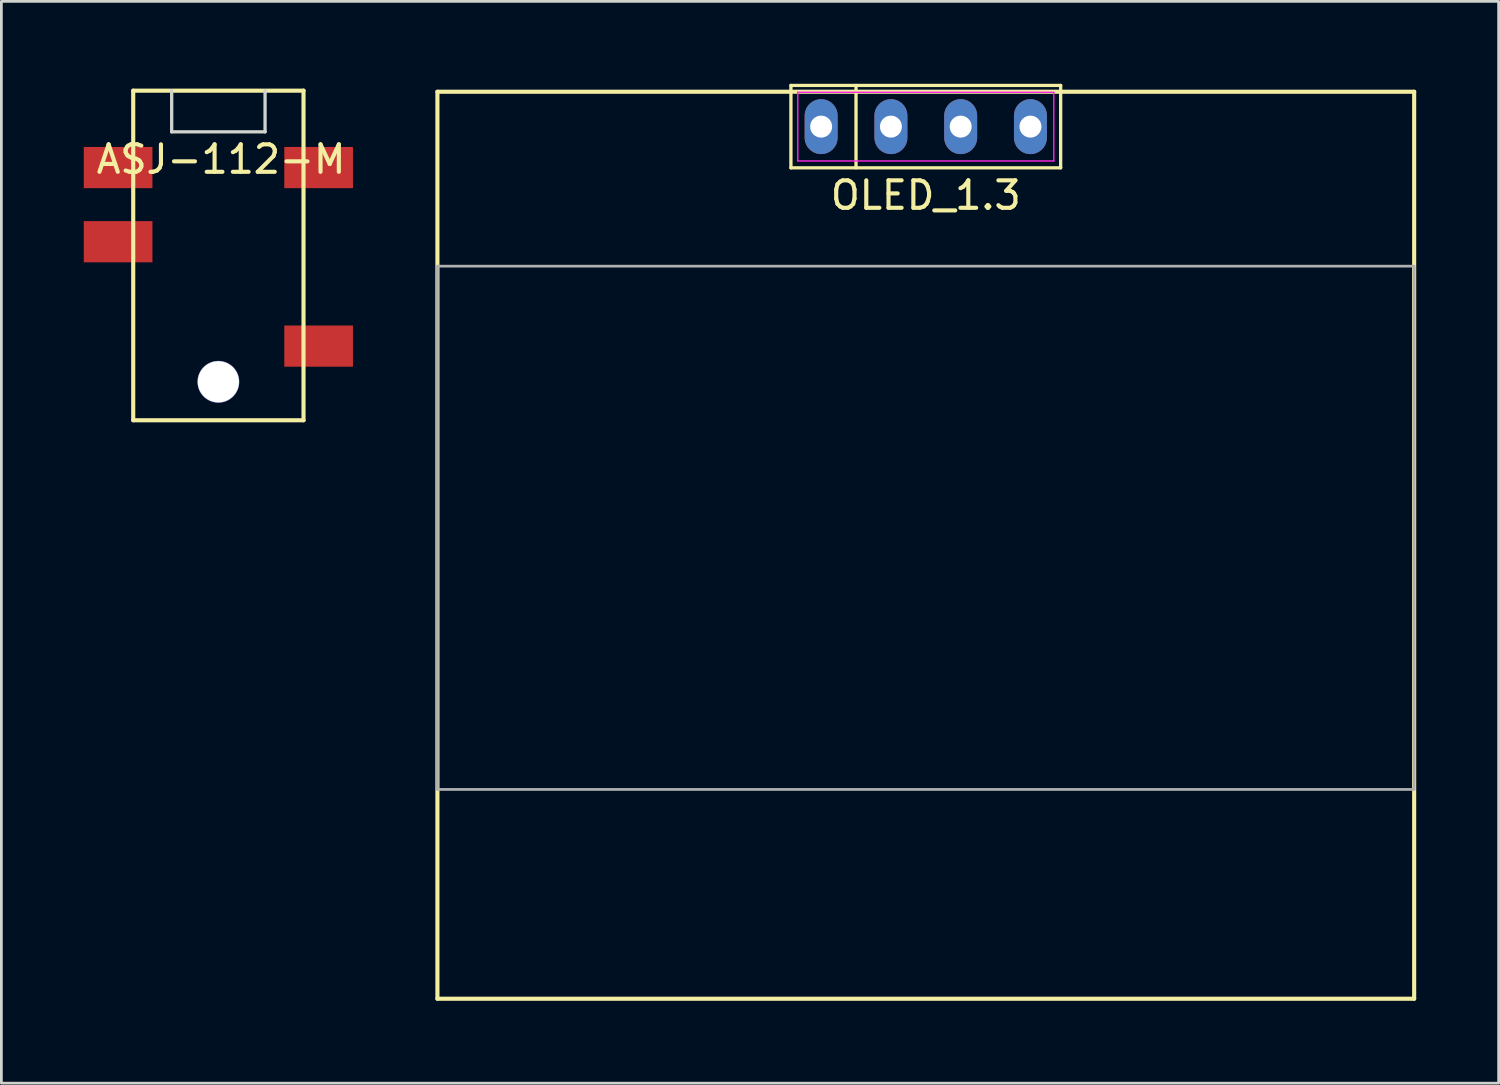
<source format=kicad_pcb>
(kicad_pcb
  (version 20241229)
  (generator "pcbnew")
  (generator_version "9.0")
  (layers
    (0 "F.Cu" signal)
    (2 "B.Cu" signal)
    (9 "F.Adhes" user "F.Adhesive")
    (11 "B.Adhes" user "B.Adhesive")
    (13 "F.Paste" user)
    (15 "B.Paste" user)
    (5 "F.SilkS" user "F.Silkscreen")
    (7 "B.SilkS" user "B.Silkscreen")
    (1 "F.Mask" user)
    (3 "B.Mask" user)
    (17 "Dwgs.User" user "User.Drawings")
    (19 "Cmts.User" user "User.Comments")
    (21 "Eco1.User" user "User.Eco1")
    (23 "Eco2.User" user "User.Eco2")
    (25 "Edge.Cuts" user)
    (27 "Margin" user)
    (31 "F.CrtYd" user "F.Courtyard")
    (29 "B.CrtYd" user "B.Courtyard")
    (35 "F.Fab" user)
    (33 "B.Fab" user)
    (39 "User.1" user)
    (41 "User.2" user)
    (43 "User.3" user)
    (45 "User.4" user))
  (footprint "ASJ-112-M"
    (layer "F.Cu")
    (at 4.9 0.25)
    (property "Reference" "ASJ-112-M" (at 0.1 2.5 0) (layer "F.SilkS") (effects (font (size 1 1) (thickness 0.15))))
    (attr through_hole)
    (fp_line (start -3.1 0) (end 3.1 0) (stroke (width 0.15) (type solid)) (layer "F.SilkS"))
    (fp_line (start -3.1 12) (end -3.1 0) (stroke (width 0.15) (type solid)) (layer "F.SilkS"))
    (fp_line (start 3.1 0) (end 3.1 12) (stroke (width 0.15) (type solid)) (layer "F.SilkS"))
    (fp_line (start 3.1 12) (end -3.1 12) (stroke (width 0.15) (type solid)) (layer "F.SilkS"))
    (fp_line (start 1.7 0) (end -1.7 0) (stroke (width 0.12) (type solid)) (layer "Eco1.User"))
    (fp_line (start -1.7 0) (end -1.7 1.5) (stroke (width 0.12) (type solid)) (layer "Edge.Cuts"))
    (fp_line (start -1.7 1.5) (end 1.7 1.5) (stroke (width 0.12) (type solid)) (layer "Edge.Cuts"))
    (fp_line (start 1.7 1.5) (end 1.7 0) (stroke (width 0.12) (type solid)) (layer "Edge.Cuts"))
    (pad "-1" thru_hole circle (at 0 10.6) (size 1.524 1.524) (drill 1.5) (layers "*.Cu" "*.Mask"))
    (pad "R1" smd rect (at 3.65 2.8) (size 2.5 1.5) (layers "F.Cu" "F.Mask" "F.Paste"))
    (pad "R2" smd rect (at -3.65 5.5) (size 2.5 1.5) (layers "F.Cu" "F.Mask" "F.Paste"))
    (pad "S" smd rect (at 3.65 9.3) (size 2.5 1.5) (layers "F.Cu" "F.Mask" "F.Paste"))
    (pad "T" smd rect (at -3.65 2.8) (size 2.5 1.5) (layers "F.Cu" "F.Mask" "F.Paste")))
  (footprint "OLED_1.3"
    (layer "F.Cu")
    (at 30.655 0.29)
    (property "Reference" "OLED_1.3" (at 0 3.77 0) (layer "F.SilkS") (effects (font (size 1 1) (thickness 0.15))))
    (attr through_hole)
    (fp_line (start -17.78 0) (end 17.78 0) (stroke (width 0.15) (type solid)) (layer "F.SilkS"))
    (fp_line (start -17.78 33.02) (end -17.78 0) (stroke (width 0.15) (type solid)) (layer "F.SilkS"))
    (fp_line (start -4.91 -0.23) (end 4.91 -0.23) (stroke (width 0.12) (type solid)) (layer "F.SilkS"))
    (fp_line (start -4.91 2.77) (end -4.91 -0.23) (stroke (width 0.12) (type solid)) (layer "F.SilkS"))
    (fp_line (start -2.54 -0.23) (end -2.54 2.77) (stroke (width 0.12) (type solid)) (layer "F.SilkS"))
    (fp_line (start 4.91 -0.23) (end 4.91 2.77) (stroke (width 0.12) (type solid)) (layer "F.SilkS"))
    (fp_line (start 4.91 2.77) (end -4.91 2.77) (stroke (width 0.12) (type solid)) (layer "F.SilkS"))
    (fp_line (start 17.78 0) (end 17.78 33.02) (stroke (width 0.15) (type solid)) (layer "F.SilkS"))
    (fp_line (start 17.78 33.02) (end -17.78 33.02) (stroke (width 0.15) (type solid)) (layer "F.SilkS"))
    (fp_line (start -4.66 0.02) (end 4.66 0.02) (stroke (width 0.05) (type solid)) (layer "F.CrtYd"))
    (fp_line (start -4.66 2.52) (end -4.66 0.02) (stroke (width 0.05) (type solid)) (layer "F.CrtYd"))
    (fp_line (start 4.66 0.02) (end 4.66 2.52) (stroke (width 0.05) (type solid)) (layer "F.CrtYd"))
    (fp_line (start 4.66 2.52) (end -4.66 2.52) (stroke (width 0.05) (type solid)) (layer "F.CrtYd"))
    (fp_poly (pts (xy 17.78 25.4) (xy -17.78 25.4) (xy -17.78 6.35) (xy 17.78 6.35)) (stroke (width 0.1) (type solid)) (fill no) (layer "F.Fab"))
    (pad "1" thru_hole oval (at -3.81 1.27) (size 1.2 2) (drill 0.8) (layers "*.Cu" "*.Mask"))
    (pad "2" thru_hole oval (at -1.27 1.27) (size 1.2 2) (drill 0.8) (layers "*.Cu" "*.Mask"))
    (pad "3" thru_hole oval (at 1.27 1.27) (size 1.2 2) (drill 0.8) (layers "*.Cu" "*.Mask"))
    (pad "4" thru_hole oval (at 3.81 1.27) (size 1.2 2) (drill 0.8) (layers "*.Cu" "*.Mask")))
  (gr_rect
    (start -3 -3)
    (end 51.51 36.385)
    (stroke (width 0.1) (type default))
    (fill no)
    (layer "Edge.Cuts")))
</source>
